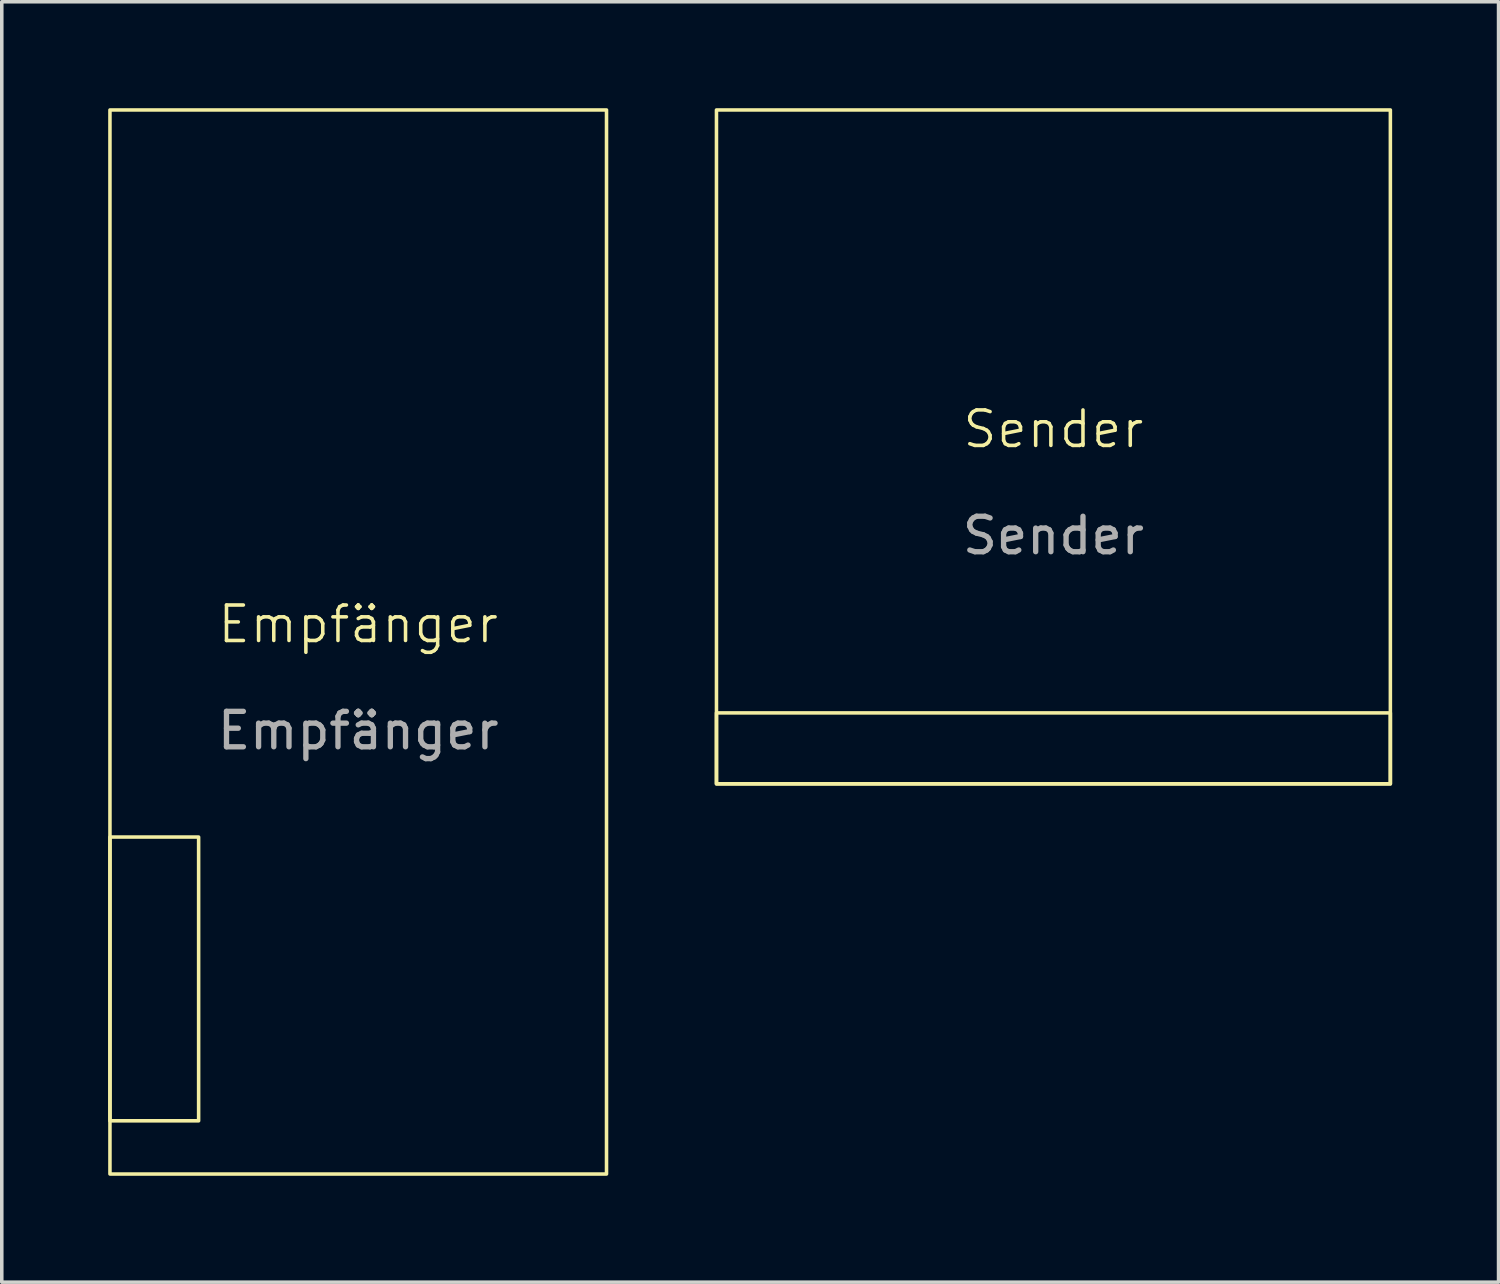
<source format=kicad_pcb>
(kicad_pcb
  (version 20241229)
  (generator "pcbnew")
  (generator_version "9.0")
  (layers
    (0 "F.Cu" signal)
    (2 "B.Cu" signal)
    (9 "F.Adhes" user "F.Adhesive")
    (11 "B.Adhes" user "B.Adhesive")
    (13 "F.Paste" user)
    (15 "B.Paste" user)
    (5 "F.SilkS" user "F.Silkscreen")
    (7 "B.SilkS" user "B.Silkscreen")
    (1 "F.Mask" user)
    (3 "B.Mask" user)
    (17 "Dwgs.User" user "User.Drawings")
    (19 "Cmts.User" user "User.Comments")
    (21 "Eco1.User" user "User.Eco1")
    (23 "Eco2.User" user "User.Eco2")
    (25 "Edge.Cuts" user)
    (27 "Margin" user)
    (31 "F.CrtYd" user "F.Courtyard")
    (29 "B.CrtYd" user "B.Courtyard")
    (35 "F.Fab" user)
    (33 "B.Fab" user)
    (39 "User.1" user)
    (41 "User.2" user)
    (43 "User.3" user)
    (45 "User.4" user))
  (footprint "Empfänger"
    (layer "F.Cu")
    (at 7.05 15.05)
    (property "Reference" "Empfänger" (at 0 -0.5 0) (unlocked yes) (layer "F.SilkS") (effects (font (size 1 1) (thickness 0.1))))
    (attr smd)
    (fp_rect (start -7 -15) (end 7 15) (stroke (width 0.1) (type default)) (fill no) (layer "F.SilkS"))
    (fp_rect (start -7 5.5) (end -4.5 13.5) (stroke (width 0.1) (type default)) (fill no) (layer "F.SilkS"))
    (fp_text user "${REFERENCE}" (at 0 2.5 0) (unlocked yes) (layer "F.Fab") (effects (font (size 1 1) (thickness 0.15)))))
  (footprint "Sender"
    (layer "F.Cu")
    (at 26.65 9.55)
    (property "Reference" "Sender" (at 0 -0.5 0) (unlocked yes) (layer "F.SilkS") (effects (font (size 1 1) (thickness 0.1))))
    (attr smd)
    (fp_rect (start -9.5 -9.5) (end 9.5 9.5) (stroke (width 0.1) (type default)) (fill no) (layer "F.SilkS"))
    (fp_rect (start -9.5 7.5) (end 9.5 9.5) (stroke (width 0.1) (type default)) (fill no) (layer "F.SilkS"))
    (fp_text user "${REFERENCE}" (at 0 2.5 0) (unlocked yes) (layer "F.Fab") (effects (font (size 1 1) (thickness 0.15)))))
  (gr_rect
    (start -3 -3)
    (end 39.2 33.1)
    (stroke (width 0.1) (type default))
    (fill no)
    (layer "Edge.Cuts")))
</source>
